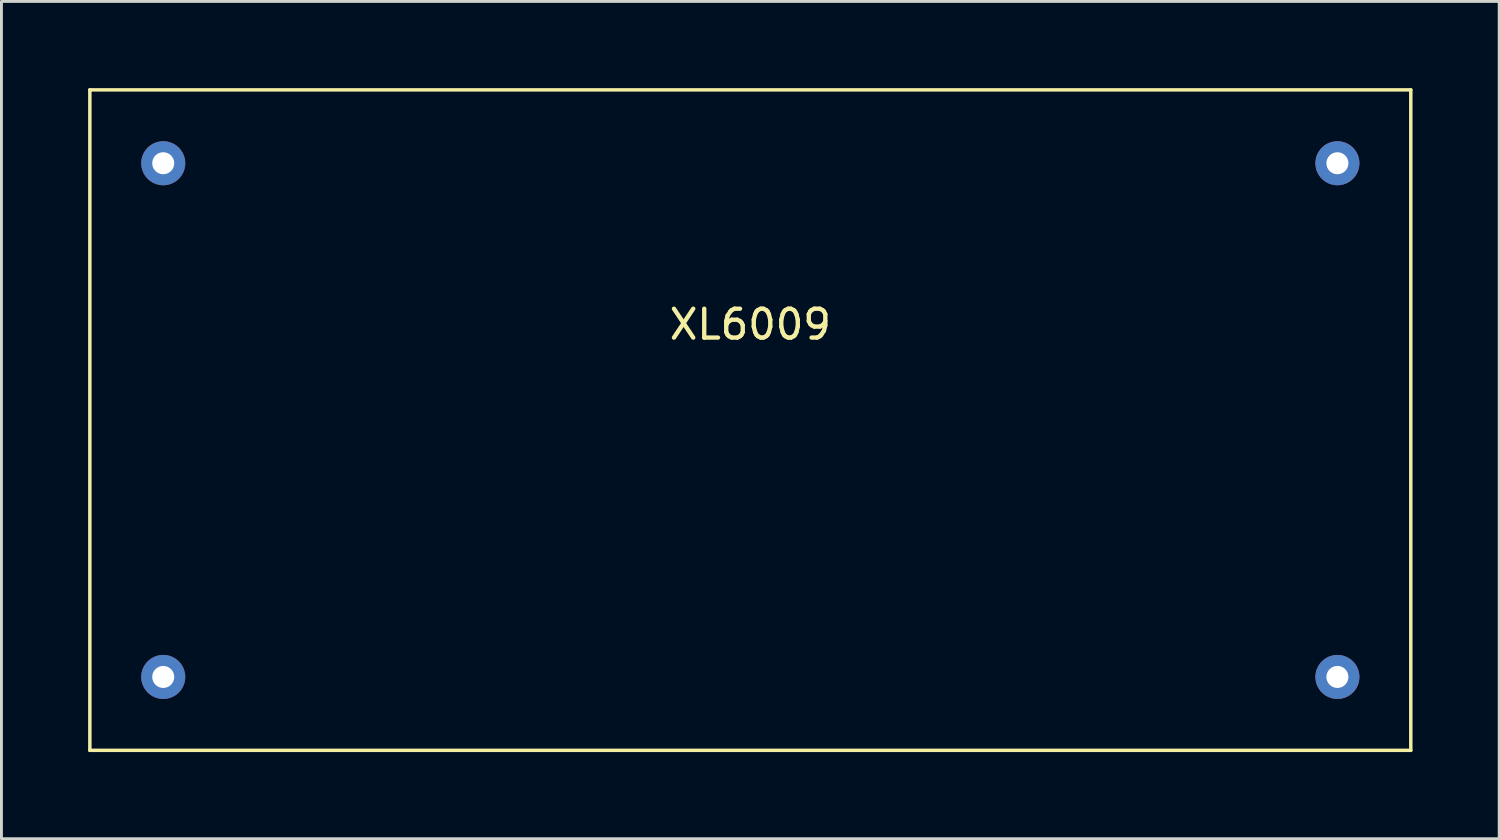
<source format=kicad_pcb>
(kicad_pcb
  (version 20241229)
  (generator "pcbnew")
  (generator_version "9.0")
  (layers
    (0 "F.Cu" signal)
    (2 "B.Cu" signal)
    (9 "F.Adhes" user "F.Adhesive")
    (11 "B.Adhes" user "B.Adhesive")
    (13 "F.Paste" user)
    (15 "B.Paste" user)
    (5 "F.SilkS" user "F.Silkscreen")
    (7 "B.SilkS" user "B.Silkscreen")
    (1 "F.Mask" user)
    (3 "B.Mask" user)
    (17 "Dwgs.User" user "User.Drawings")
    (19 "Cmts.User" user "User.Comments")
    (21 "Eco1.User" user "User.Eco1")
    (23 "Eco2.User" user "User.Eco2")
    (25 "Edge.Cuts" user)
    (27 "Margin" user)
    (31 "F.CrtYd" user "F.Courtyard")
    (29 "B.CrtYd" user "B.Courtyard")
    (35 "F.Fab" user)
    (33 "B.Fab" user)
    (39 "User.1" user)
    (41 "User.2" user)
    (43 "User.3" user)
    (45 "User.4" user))
  (footprint "XL6009"
    (layer "F.Cu")
    (at 22.92 12.76)
    (property "Reference" "XL6009" (at 0 -4.58 0) (layer "F.SilkS") (effects (font (size 1 1) (thickness 0.15))))
    (attr through_hole)
    (fp_line (start -22.86 -12.7) (end -22.86 10.16) (stroke (width 0.12) (type solid)) (layer "F.SilkS"))
    (fp_line (start -22.86 10.16) (end 22.86 10.16) (stroke (width 0.12) (type solid)) (layer "F.SilkS"))
    (fp_line (start 22.86 -12.7) (end -22.86 -12.7) (stroke (width 0.12) (type solid)) (layer "F.SilkS"))
    (fp_line (start 22.86 10.16) (end 22.86 -12.7) (stroke (width 0.12) (type solid)) (layer "F.SilkS"))
    (pad "1" thru_hole circle (at -20.32 -10.16) (size 1.524 1.524) (drill 0.762) (layers "*.Cu" "*.Mask"))
    (pad "2" thru_hole circle (at -20.32 7.62) (size 1.524 1.524) (drill 0.762) (layers "*.Cu" "*.Mask"))
    (pad "3" thru_hole circle (at 20.32 7.62) (size 1.524 1.524) (drill 0.762) (layers "*.Cu" "*.Mask"))
    (pad "4" thru_hole circle (at 20.32 -10.16) (size 1.524 1.524) (drill 0.762) (layers "*.Cu" "*.Mask")))
  (gr_rect
    (start -3 -3)
    (end 48.84 25.98)
    (stroke (width 0.1) (type default))
    (fill no)
    (layer "Edge.Cuts")))
</source>
